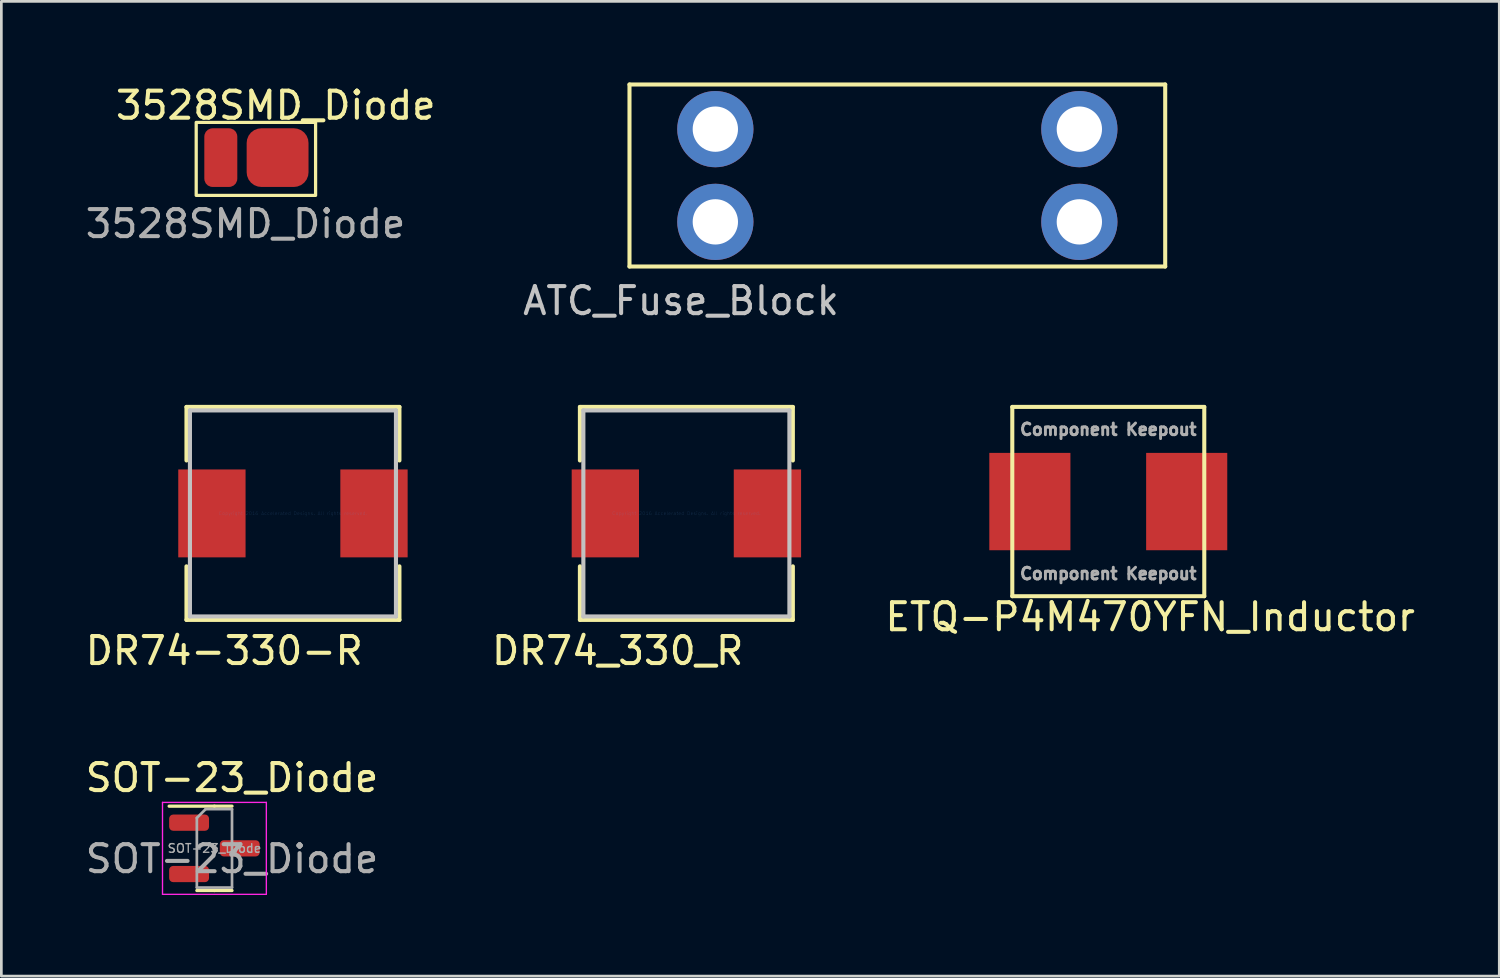
<source format=kicad_pcb>
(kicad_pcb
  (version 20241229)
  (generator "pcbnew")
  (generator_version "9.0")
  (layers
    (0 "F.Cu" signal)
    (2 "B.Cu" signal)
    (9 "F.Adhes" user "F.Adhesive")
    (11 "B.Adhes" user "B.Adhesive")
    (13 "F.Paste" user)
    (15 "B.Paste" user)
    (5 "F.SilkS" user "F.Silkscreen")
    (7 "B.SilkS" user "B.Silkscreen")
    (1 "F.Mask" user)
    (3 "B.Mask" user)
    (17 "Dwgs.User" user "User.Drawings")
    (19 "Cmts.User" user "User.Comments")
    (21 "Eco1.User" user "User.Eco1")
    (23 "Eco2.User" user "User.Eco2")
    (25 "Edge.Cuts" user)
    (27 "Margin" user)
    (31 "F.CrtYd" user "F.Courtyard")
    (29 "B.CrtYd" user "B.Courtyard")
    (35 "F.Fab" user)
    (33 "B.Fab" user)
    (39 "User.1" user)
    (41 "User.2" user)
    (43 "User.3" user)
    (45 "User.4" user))
  (footprint "ETQ-P4M470YFN_Inductor"
    (layer "F.Cu")
    (at 35.016 15.499)
    (property "Reference" "ETQ-P4M470YFN_Inductor" (at 4.47 4.267 0) (layer "F.SilkS") (effects (font (size 1 1) (thickness 0.15))))
    (attr through_hole)
    (fp_line (start -0.629 -3.5) (end -0.629 3.5) (stroke (width 0.15) (type solid)) (layer "F.SilkS"))
    (fp_line (start -0.629 -3.5) (end 6.471 -3.5) (stroke (width 0.15) (type solid)) (layer "F.SilkS"))
    (fp_line (start 6.471 -3.5) (end 6.471 3.5) (stroke (width 0.15) (type solid)) (layer "F.SilkS"))
    (fp_line (start 6.471 3.5) (end -0.629 3.5) (stroke (width 0.15) (type solid)) (layer "F.SilkS"))
    (fp_text user "Component Keepout" (at 2.921 2.667 180) (layer "F.Fab") (effects (font (size 0.432 0.432) (thickness 0.108))))
    (fp_text user "Component Keepout" (at 2.921 -2.667 180) (layer "F.Fab") (effects (font (size 0.432 0.432) (thickness 0.108))))
    (pad "1" smd rect (at 0.021 0) (size 3 3.6) (layers "F.Cu" "F.Mask" "F.Paste"))
    (pad "2" smd rect (at 5.821 0) (size 3 3.6) (layers "F.Cu" "F.Mask" "F.Paste")))
  (footprint "SOT-23_Diode"
    (layer "F.Cu")
    (at 5.53 26.214)
    (property "Reference" "SOT-23_Diode" (at 0 -0.5 0) (unlocked yes) (layer "F.SilkS") (effects (font (size 1 1) (thickness 0.15))))
    (attr smd)
    (fp_line (start -0.65 0.55) (end -2.325 0.55) (stroke (width 0.12) (type solid)) (layer "F.SilkS"))
    (fp_line (start -0.65 0.55) (end 0 0.55) (stroke (width 0.12) (type solid)) (layer "F.SilkS"))
    (fp_line (start -0.65 3.67) (end -1.3 3.67) (stroke (width 0.12) (type solid)) (layer "F.SilkS"))
    (fp_line (start -0.65 3.67) (end 0 3.67) (stroke (width 0.12) (type solid)) (layer "F.SilkS"))
    (fp_line (start -2.57 0.41) (end -2.57 3.81) (stroke (width 0.05) (type solid)) (layer "F.CrtYd"))
    (fp_line (start -2.57 3.81) (end 1.27 3.81) (stroke (width 0.05) (type solid)) (layer "F.CrtYd"))
    (fp_line (start 1.27 0.41) (end -2.57 0.41) (stroke (width 0.05) (type solid)) (layer "F.CrtYd"))
    (fp_line (start 1.27 3.81) (end 1.27 0.41) (stroke (width 0.05) (type solid)) (layer "F.CrtYd"))
    (fp_line (start -1.3 0.985) (end -0.975 0.66) (stroke (width 0.1) (type solid)) (layer "F.Fab"))
    (fp_line (start -1.3 3.56) (end -1.3 0.985) (stroke (width 0.1) (type solid)) (layer "F.Fab"))
    (fp_line (start -0.975 0.66) (end 0 0.66) (stroke (width 0.1) (type solid)) (layer "F.Fab"))
    (fp_line (start 0 0.66) (end 0 3.56) (stroke (width 0.1) (type solid)) (layer "F.Fab"))
    (fp_line (start 0 3.56) (end -1.3 3.56) (stroke (width 0.1) (type solid)) (layer "F.Fab"))
    (fp_text user "${REFERENCE}" (at 0 2.5 0) (unlocked yes) (layer "F.Fab") (effects (font (size 1 1) (thickness 0.15))))
    (fp_text user "${REFERENCE}" (at -0.65 2.11 0) (layer "F.Fab") (effects (font (size 0.32 0.32) (thickness 0.05))))
    (pad "1" smd roundrect (at 0.287 2.11) (size 1.475 0.6) (layers "F.Cu" "F.Mask" "F.Paste") (roundrect_rratio 0.25))
    (pad "2" smd roundrect (at -1.587 1.16) (size 1.475 0.6) (layers "F.Cu" "F.Mask" "F.Paste") (roundrect_rratio 0.25))
    (pad "3" smd roundrect (at -1.587 3.06) (size 1.475 0.6) (layers "F.Cu" "F.Mask" "F.Paste") (roundrect_rratio 0.25)))
  (footprint "DR74-330-R"
    (layer "F.Cu")
    (at 7.784 15.937)
    (property "Reference" "DR74-330-R" (at -2.54 5.08 0) (layer "F.SilkS") (effects (font (size 1 1) (thickness 0.15))))
    (attr through_hole)
    (fp_line (start -3.937 -3.937) (end -3.937 -1.958) (stroke (width 0.152) (type solid)) (layer "F.SilkS"))
    (fp_line (start -3.937 1.958) (end -3.937 3.937) (stroke (width 0.152) (type solid)) (layer "F.SilkS"))
    (fp_line (start -3.937 3.937) (end 3.937 3.937) (stroke (width 0.152) (type solid)) (layer "F.SilkS"))
    (fp_line (start 3.937 -3.937) (end -3.937 -3.937) (stroke (width 0.152) (type solid)) (layer "F.SilkS"))
    (fp_line (start 3.937 -1.958) (end 3.937 -3.937) (stroke (width 0.152) (type solid)) (layer "F.SilkS"))
    (fp_line (start 3.937 3.937) (end 3.937 1.958) (stroke (width 0.152) (type solid)) (layer "F.SilkS"))
    (fp_line (start -3.81 -3.81) (end -3.81 3.81) (stroke (width 0.152) (type solid)) (layer "Dwgs.User"))
    (fp_line (start -3.81 3.81) (end 3.81 3.81) (stroke (width 0.152) (type solid)) (layer "Dwgs.User"))
    (fp_line (start 3.81 -3.81) (end -3.81 -3.81) (stroke (width 0.152) (type solid)) (layer "Dwgs.User"))
    (fp_line (start 3.81 3.81) (end 3.81 -3.81) (stroke (width 0.152) (type solid)) (layer "Dwgs.User"))
    (fp_text user "Copyright 2016 Accelerated Designs. All rights reserved." (at 0 0 0) (layer "Cmts.User") (effects (font (size 0.127 0.127) (thickness 0.002))))
    (pad "1" smd rect (at -2.997 0) (size 2.489 3.251) (layers "F.Cu" "F.Mask" "F.Paste"))
    (pad "2" smd rect (at 2.997 0) (size 2.489 3.251) (layers "F.Cu" "F.Mask" "F.Paste")))
  (footprint "DR74_330_R"
    (layer "F.Cu")
    (at 22.334 15.937)
    (property "Reference" "DR74_330_R" (at -2.54 5.08 0) (layer "F.SilkS") (effects (font (size 1 1) (thickness 0.15))))
    (attr through_hole)
    (fp_line (start -3.937 -3.937) (end -3.937 -1.958) (stroke (width 0.152) (type solid)) (layer "F.SilkS"))
    (fp_line (start -3.937 1.958) (end -3.937 3.937) (stroke (width 0.152) (type solid)) (layer "F.SilkS"))
    (fp_line (start -3.937 3.937) (end 3.937 3.937) (stroke (width 0.152) (type solid)) (layer "F.SilkS"))
    (fp_line (start 3.937 -3.937) (end -3.937 -3.937) (stroke (width 0.152) (type solid)) (layer "F.SilkS"))
    (fp_line (start 3.937 -1.958) (end 3.937 -3.937) (stroke (width 0.152) (type solid)) (layer "F.SilkS"))
    (fp_line (start 3.937 3.937) (end 3.937 1.958) (stroke (width 0.152) (type solid)) (layer "F.SilkS"))
    (fp_line (start -3.81 -3.81) (end -3.81 3.81) (stroke (width 0.152) (type solid)) (layer "Dwgs.User"))
    (fp_line (start -3.81 3.81) (end 3.81 3.81) (stroke (width 0.152) (type solid)) (layer "Dwgs.User"))
    (fp_line (start 3.81 -3.81) (end -3.81 -3.81) (stroke (width 0.152) (type solid)) (layer "Dwgs.User"))
    (fp_line (start 3.81 3.81) (end 3.81 -3.81) (stroke (width 0.152) (type solid)) (layer "Dwgs.User"))
    (fp_text user "Copyright 2016 Accelerated Designs. All rights reserved." (at 0 0 0) (layer "Cmts.User") (effects (font (size 0.127 0.127) (thickness 0.002))))
    (pad "1" smd rect (at -2.997 0) (size 2.489 3.251) (layers "F.Cu" "F.Mask" "F.Paste"))
    (pad "2" smd rect (at 2.997 0) (size 2.489 3.251) (layers "F.Cu" "F.Mask" "F.Paste")))
  (footprint "ATC_Fuse_Block"
    (layer "F.Cu")
    (at 20.23 6.806)
    (property "Reference" "ATC_Fuse_Block" (at 1.905 1.27 0) (layer "Dwgs.User") (effects (font (size 1 1) (thickness 0.15))))
    (attr through_hole)
    (fp_line (start 0 -6.731) (end 19.812 -6.731) (stroke (width 0.15) (type solid)) (layer "F.SilkS"))
    (fp_line (start 0 0) (end 0 -6.731) (stroke (width 0.15) (type solid)) (layer "F.SilkS"))
    (fp_line (start 0 0) (end 19.812 0) (stroke (width 0.15) (type solid)) (layer "F.SilkS"))
    (fp_line (start 19.812 0) (end 19.812 -6.731) (stroke (width 0.15) (type solid)) (layer "F.SilkS"))
    (pad "1" thru_hole circle (at 3.175 -5.08) (size 2.819 2.819) (drill 1.676) (layers "*.Cu" "*.Mask"))
    (pad "1" thru_hole circle (at 3.175 -1.651) (size 2.819 2.819) (drill 1.676) (layers "*.Cu" "*.Mask"))
    (pad "2" thru_hole circle (at 16.637 -5.08) (size 2.819 2.819) (drill 1.676) (layers "*.Cu" "*.Mask"))
    (pad "2" thru_hole circle (at 16.637 -1.651) (size 2.819 2.819) (drill 1.676) (layers "*.Cu" "*.Mask")))
  (footprint "3528SMD_Diode"
    (layer "F.Cu")
    (at 6.03 2.728)
    (property "Reference" "3528SMD_Diode" (at 1.118 -1.88 0) (unlocked yes) (layer "F.SilkS") (effects (font (size 1 1) (thickness 0.15))))
    (attr smd)
    (fp_rect (start -1.824 -1.251) (end 2.591 1.448) (stroke (width 0.12) (type default)) (fill no) (layer "F.SilkS"))
    (fp_text user "${REFERENCE}" (at 0 2.5 0) (unlocked yes) (layer "F.Fab") (effects (font (size 1 1) (thickness 0.15))))
    (pad "1" smd roundrect (at -0.914 0.051) (size 1.22 2.17) (layers "F.Cu" "F.Mask" "F.Paste") (roundrect_rratio 0.25))
    (pad "2" smd roundrect (at 1.186 0.051) (size 2.288 2.17) (layers "F.Cu" "F.Mask" "F.Paste") (roundrect_rratio 0.25)))
  (gr_rect
    (start -3 -3)
    (end 52.397 33.049)
    (stroke (width 0.1) (type default))
    (fill no)
    (layer "Edge.Cuts")))
</source>
